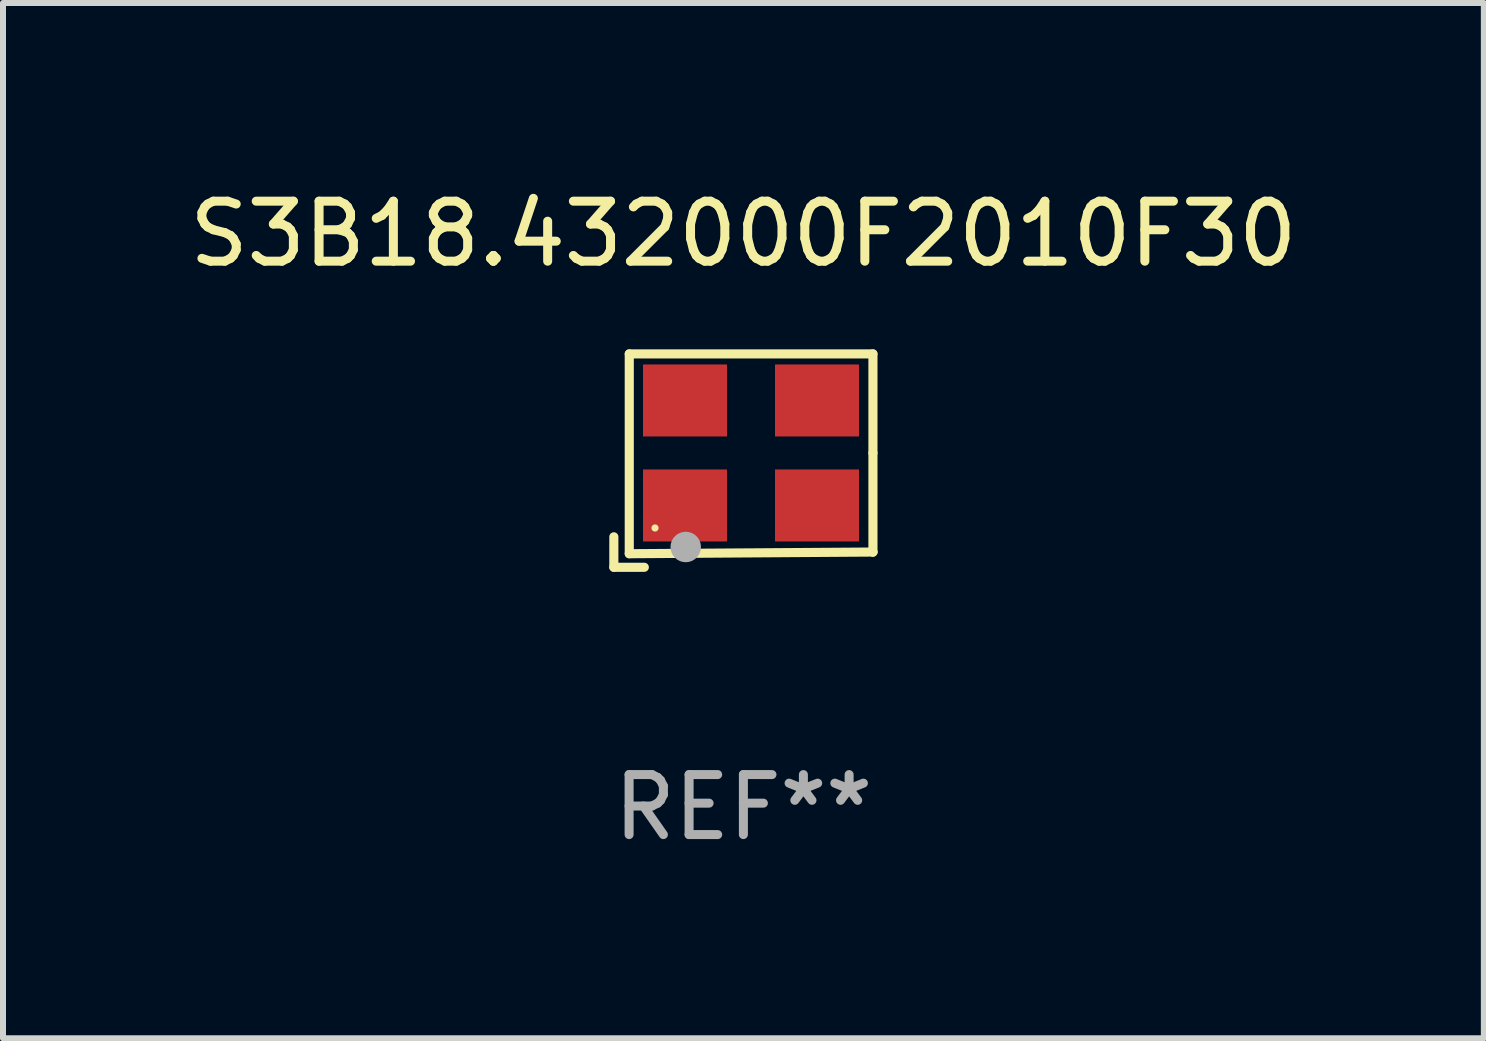
<source format=kicad_pcb>
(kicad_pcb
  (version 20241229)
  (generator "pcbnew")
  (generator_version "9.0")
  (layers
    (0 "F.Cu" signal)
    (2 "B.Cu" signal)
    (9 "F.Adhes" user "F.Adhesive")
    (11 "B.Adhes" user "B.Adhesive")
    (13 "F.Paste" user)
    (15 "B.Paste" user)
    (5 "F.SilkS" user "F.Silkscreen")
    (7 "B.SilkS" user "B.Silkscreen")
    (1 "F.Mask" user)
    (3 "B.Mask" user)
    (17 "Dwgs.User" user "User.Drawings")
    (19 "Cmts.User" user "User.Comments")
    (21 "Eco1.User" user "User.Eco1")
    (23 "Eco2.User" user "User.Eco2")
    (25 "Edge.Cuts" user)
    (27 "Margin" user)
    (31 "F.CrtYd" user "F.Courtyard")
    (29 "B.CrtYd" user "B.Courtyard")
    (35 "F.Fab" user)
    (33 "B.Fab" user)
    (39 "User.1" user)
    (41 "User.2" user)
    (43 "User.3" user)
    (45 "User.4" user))
  (footprint "S3B18.432000F2010F30"
    (layer "F.Cu")
    (at 9.339 4.626)
    (property "Reference" "S3B18.432000F2010F30" (at 0 -3.778 0) (layer "F.SilkS") (effects (font (size 1 1) (thickness 0.15))))
    (attr through_hole)
    (fp_line (start -2.159 1.27) (end -2.159 1.778) (stroke (width 0.152) (type solid)) (layer "F.SilkS"))
    (fp_line (start -2.159 1.778) (end -1.651 1.778) (stroke (width 0.152) (type solid)) (layer "F.SilkS"))
    (fp_line (start -1.902 -1.778) (end 2.159 -1.778) (stroke (width 0.152) (type solid)) (layer "F.SilkS"))
    (fp_line (start -1.902 1.552) (end -1.902 -1.778) (stroke (width 0.152) (type solid)) (layer "F.SilkS"))
    (fp_line (start 2.159 -1.778) (end 2.159 -0.127) (stroke (width 0.152) (type solid)) (layer "F.SilkS"))
    (fp_line (start 2.159 -0.127) (end 2.159 1.524) (stroke (width 0.152) (type solid)) (layer "F.SilkS"))
    (fp_line (start 2.159 1.524) (end -1.902 1.552) (stroke (width 0.152) (type solid)) (layer "F.SilkS"))
    (fp_line (start 2.159 1.524) (end 2.159 1.524) (stroke (width 0.152) (type solid)) (layer "F.SilkS"))
    (fp_circle (center -1.473 1.123) (end -1.443 1.123) (stroke (width 0.06) (type solid)) (fill no) (layer "F.SilkS"))
    (fp_circle (center -0.961 1.44) (end -0.834 1.44) (stroke (width 0.254) (type solid)) (fill no) (layer "F.Fab"))
    (fp_text user "REF**" (at 0 5.778 0) (layer "F.Fab") (effects (font (size 1 1) (thickness 0.15))))
    (pad "1" smd rect (at -0.973 0.748) (size 1.4 1.2) (layers "F.Cu" "F.Mask" "F.Paste"))
    (pad "2" smd rect (at 1.227 0.748) (size 1.4 1.2) (layers "F.Cu" "F.Mask" "F.Paste"))
    (pad "3" smd rect (at 1.227 -1.002) (size 1.4 1.2) (layers "F.Cu" "F.Mask" "F.Paste"))
    (pad "4" smd rect (at -0.973 -1.002) (size 1.4 1.2) (layers "F.Cu" "F.Mask" "F.Paste")))
  (gr_rect
    (start -3 -3)
    (end 21.679 14.253)
    (stroke (width 0.1) (type default))
    (fill no)
    (layer "Edge.Cuts")))
</source>
